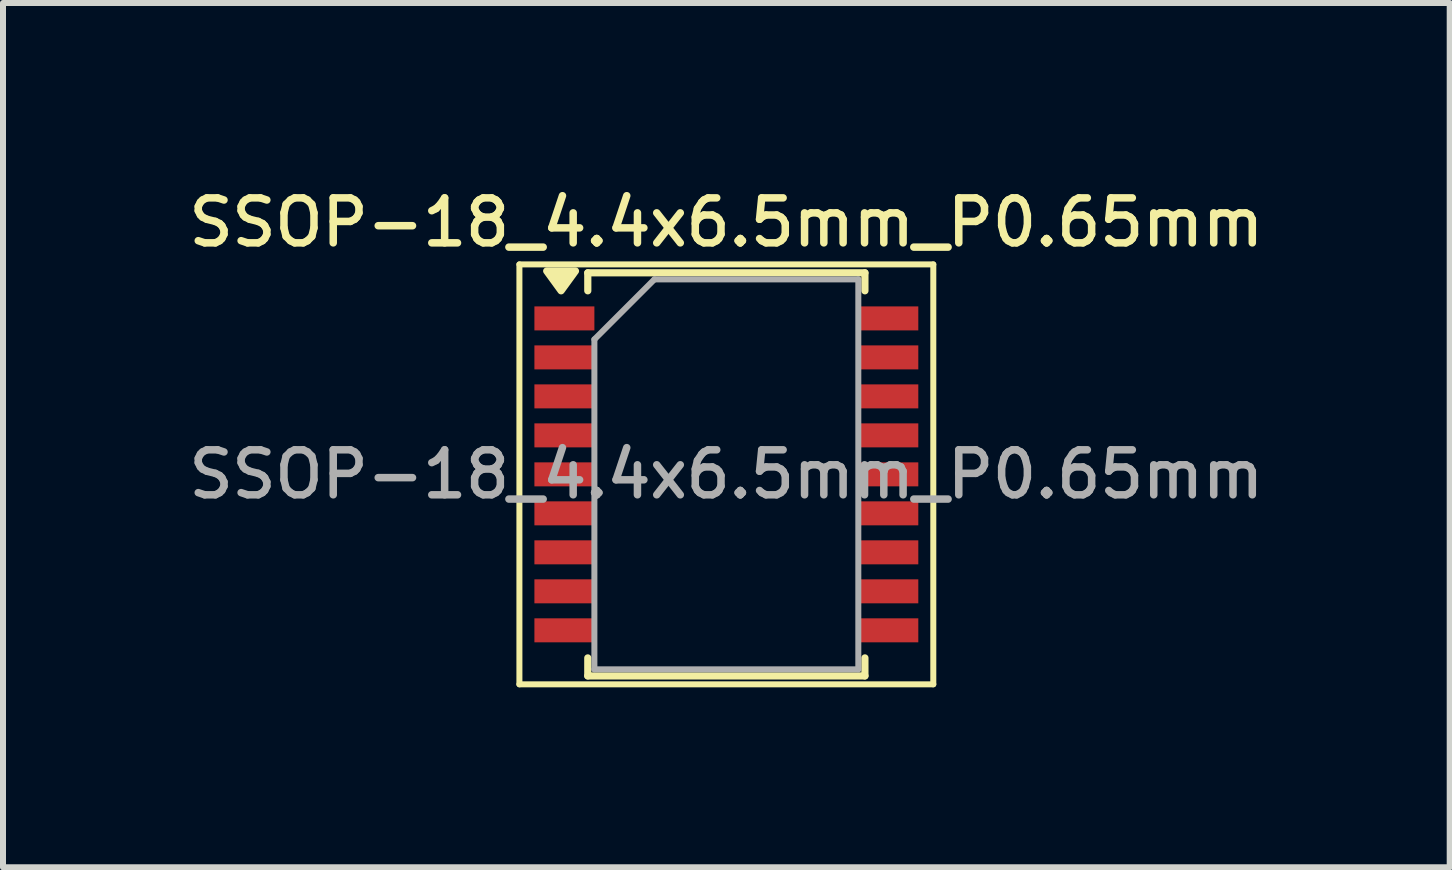
<source format=kicad_pcb>
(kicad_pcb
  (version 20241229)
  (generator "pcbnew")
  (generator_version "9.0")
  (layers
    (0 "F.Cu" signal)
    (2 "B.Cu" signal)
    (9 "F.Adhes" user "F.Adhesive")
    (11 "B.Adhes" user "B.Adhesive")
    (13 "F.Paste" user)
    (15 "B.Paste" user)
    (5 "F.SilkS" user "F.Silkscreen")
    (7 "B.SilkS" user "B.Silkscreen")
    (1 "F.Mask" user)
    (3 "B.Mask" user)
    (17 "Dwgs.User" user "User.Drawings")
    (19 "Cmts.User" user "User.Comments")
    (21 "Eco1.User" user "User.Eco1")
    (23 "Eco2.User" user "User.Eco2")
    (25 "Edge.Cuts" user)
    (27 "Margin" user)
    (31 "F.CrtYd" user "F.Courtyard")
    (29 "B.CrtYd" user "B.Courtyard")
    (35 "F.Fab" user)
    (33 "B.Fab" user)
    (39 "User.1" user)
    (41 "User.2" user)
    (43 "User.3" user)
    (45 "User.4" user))
  (footprint "SSOP-18_4.4x6.5mm_P0.65mm"
    (layer "F.Cu")
    (at 9.059 4.858)
    (property "Reference" "SSOP-18_4.4x6.5mm_P0.65mm" (at 0 -4.2 0) (layer "F.SilkS") (effects (font (size 0.75 0.75) (thickness 0.125))))
    (attr smd)
    (fp_line (start -3.45 -3.5) (end 3.45 -3.5) (stroke (width 0.1) (type solid)) (layer "F.SilkS"))
    (fp_line (start -3.45 3.5) (end -3.45 -3.5) (stroke (width 0.1) (type solid)) (layer "F.SilkS"))
    (fp_line (start -2.31 -3.36) (end 2.31 -3.36) (stroke (width 0.12) (type solid)) (layer "F.SilkS"))
    (fp_line (start -2.31 -3.06) (end -2.31 -3.36) (stroke (width 0.12) (type solid)) (layer "F.SilkS"))
    (fp_line (start -2.31 3.06) (end -2.31 3.36) (stroke (width 0.12) (type solid)) (layer "F.SilkS"))
    (fp_line (start -2.31 3.36) (end 2.31 3.36) (stroke (width 0.12) (type solid)) (layer "F.SilkS"))
    (fp_line (start 2.31 -3.36) (end 2.31 -3.06) (stroke (width 0.12) (type solid)) (layer "F.SilkS"))
    (fp_line (start 2.31 3.36) (end 2.31 3.06) (stroke (width 0.12) (type solid)) (layer "F.SilkS"))
    (fp_line (start 3.45 -3.5) (end 3.45 3.5) (stroke (width 0.1) (type solid)) (layer "F.SilkS"))
    (fp_line (start 3.45 3.5) (end -3.45 3.5) (stroke (width 0.1) (type solid)) (layer "F.SilkS"))
    (fp_poly (pts (xy -2.755 -3.06) (xy -2.995 -3.39) (xy -2.515 -3.39) (xy -2.755 -3.06)) (stroke (width 0.12) (type solid)) (fill yes) (layer "F.SilkS"))
    (fp_line (start -2.2 -2.25) (end -1.2 -3.25) (stroke (width 0.1) (type solid)) (layer "F.Fab"))
    (fp_line (start -2.2 3.25) (end -2.2 -2.25) (stroke (width 0.1) (type solid)) (layer "F.Fab"))
    (fp_line (start -1.2 -3.25) (end 2.2 -3.25) (stroke (width 0.1) (type solid)) (layer "F.Fab"))
    (fp_line (start 2.2 -3.25) (end 2.2 3.25) (stroke (width 0.1) (type solid)) (layer "F.Fab"))
    (fp_line (start 2.2 3.25) (end -2.2 3.25) (stroke (width 0.1) (type solid)) (layer "F.Fab"))
    (fp_text user "${REFERENCE}" (at 0 0 0) (layer "F.Fab") (effects (font (size 0.75 0.75) (thickness 0.125))))
    (pad "1" smd rect (at -2.7 -2.6) (size 1 0.4) (layers "F.Cu" "F.Mask" "F.Paste"))
    (pad "2" smd rect (at -2.7 -1.95) (size 1 0.4) (layers "F.Cu" "F.Mask" "F.Paste"))
    (pad "3" smd rect (at -2.7 -1.3) (size 1 0.4) (layers "F.Cu" "F.Mask" "F.Paste"))
    (pad "4" smd rect (at -2.7 -0.65) (size 1 0.4) (layers "F.Cu" "F.Mask" "F.Paste"))
    (pad "5" smd rect (at -2.7 0) (size 1 0.4) (layers "F.Cu" "F.Mask" "F.Paste"))
    (pad "6" smd rect (at -2.7 0.65) (size 1 0.4) (layers "F.Cu" "F.Mask" "F.Paste"))
    (pad "7" smd rect (at -2.7 1.3) (size 1 0.4) (layers "F.Cu" "F.Mask" "F.Paste"))
    (pad "8" smd rect (at -2.7 1.95) (size 1 0.4) (layers "F.Cu" "F.Mask" "F.Paste"))
    (pad "9" smd rect (at -2.7 2.6) (size 1 0.4) (layers "F.Cu" "F.Mask" "F.Paste"))
    (pad "10" smd rect (at 2.7 2.6) (size 1 0.4) (layers "F.Cu" "F.Mask" "F.Paste"))
    (pad "11" smd rect (at 2.7 1.95) (size 1 0.4) (layers "F.Cu" "F.Mask" "F.Paste"))
    (pad "12" smd rect (at 2.7 1.3) (size 1 0.4) (layers "F.Cu" "F.Mask" "F.Paste"))
    (pad "13" smd rect (at 2.7 0.65) (size 1 0.4) (layers "F.Cu" "F.Mask" "F.Paste"))
    (pad "14" smd rect (at 2.7 0) (size 1 0.4) (layers "F.Cu" "F.Mask" "F.Paste"))
    (pad "15" smd rect (at 2.7 -0.65) (size 1 0.4) (layers "F.Cu" "F.Mask" "F.Paste"))
    (pad "16" smd rect (at 2.7 -1.3) (size 1 0.4) (layers "F.Cu" "F.Mask" "F.Paste"))
    (pad "17" smd rect (at 2.7 -1.95) (size 1 0.4) (layers "F.Cu" "F.Mask" "F.Paste"))
    (pad "18" smd rect (at 2.7 -2.6) (size 1 0.4) (layers "F.Cu" "F.Mask" "F.Paste")))
  (gr_rect
    (start -3 -3)
    (end 21.118 11.408)
    (stroke (width 0.1) (type default))
    (fill no)
    (layer "Edge.Cuts")))
</source>
